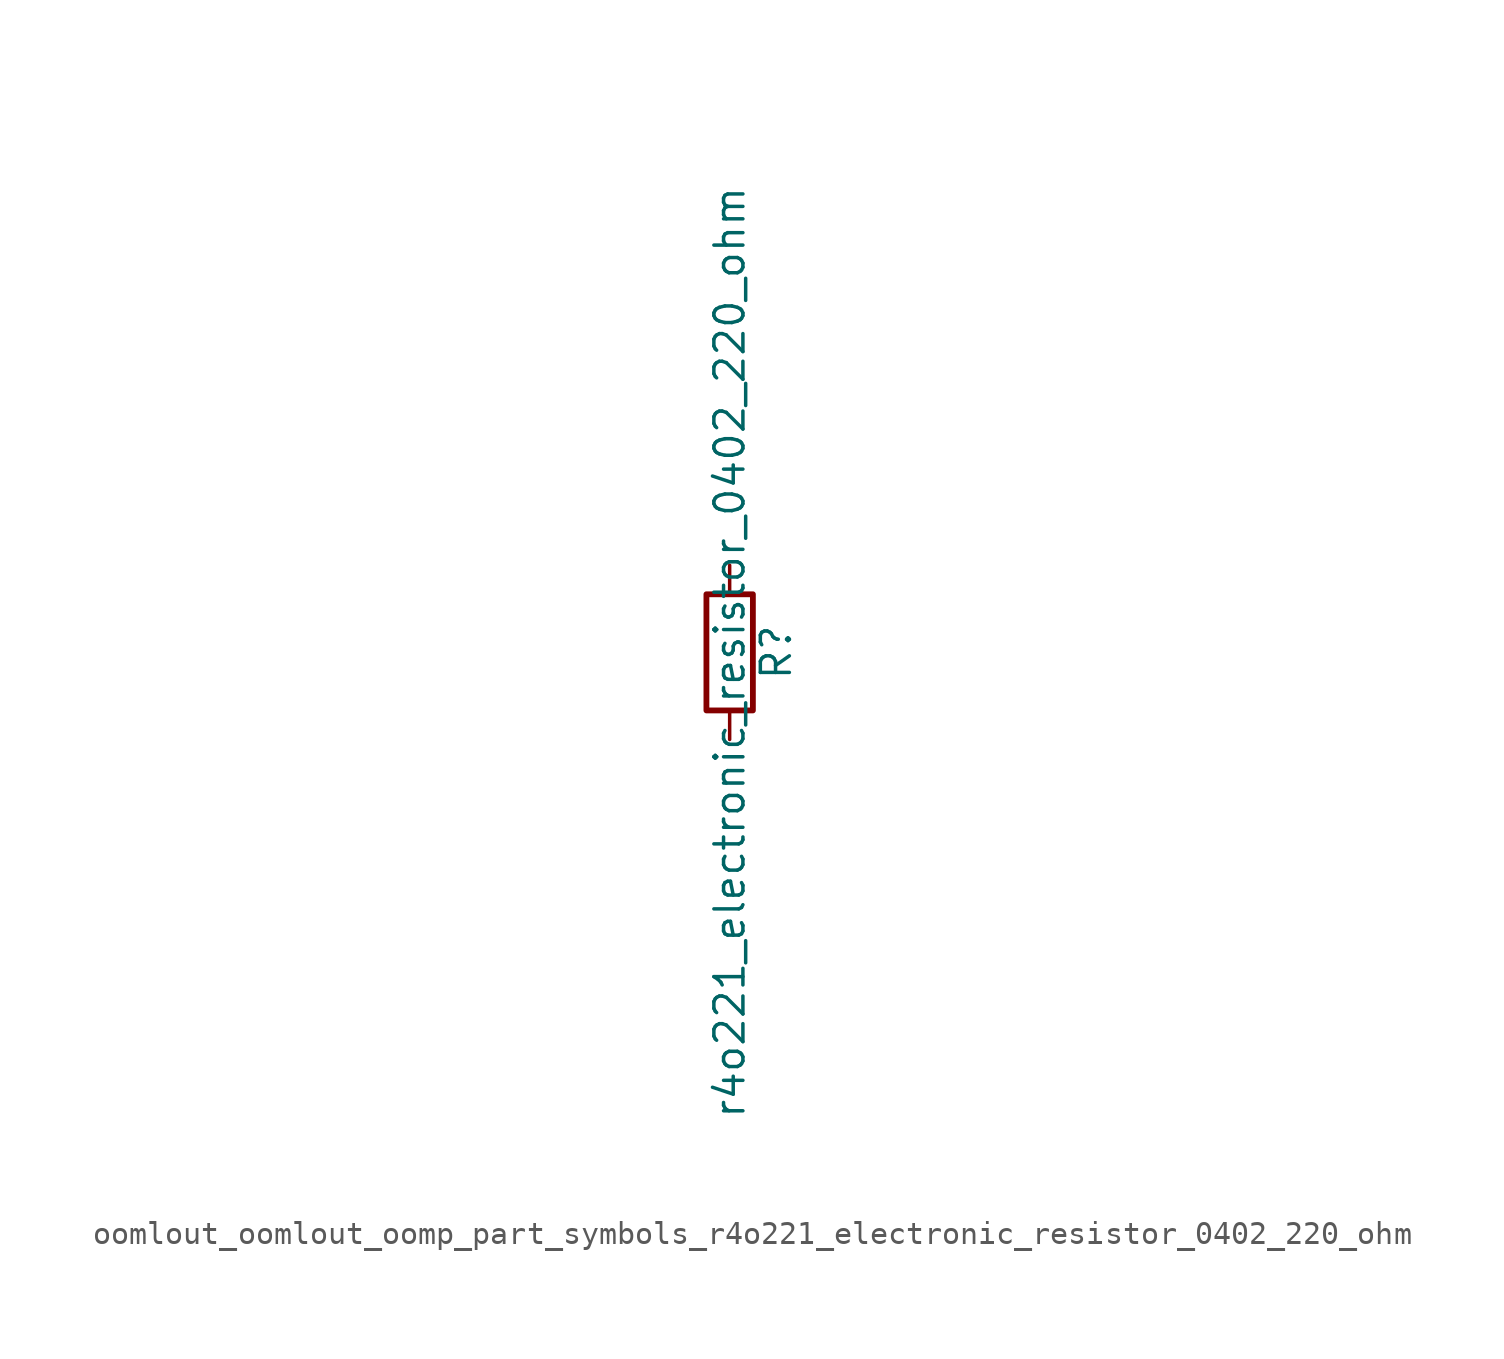
<source format=kicad_sym>
(kicad_symbol_lib
  (version 20220914)
  (generator kicad_symbol_editor)
  (symbol "oomlout_oomlout_oomp_part_symbols_r4o221_electronic_resistor_0402_220_ohm"
    (pin_numbers hide)
    (pin_names
      (offset 0))
    (property "Reference" "R"
      (at 2.032 0 90)
      (effects (font (size 1.27 1.27))))
    (property "Value" "r4o221_electronic_resistor_0402_220_ohm"
      (at 0 0 90)
      (effects (font (size 1.27 1.27))))
    (symbol "oomlout_oomlout_oomp_part_symbols_r4o221_electronic_resistor_0402_220_ohm_0_1"
      (rectangle (start -1.016 -2.54) (end 1.016 2.54) (stroke (width 0.254) (type default)) (fill (type none))))
    (symbol "oomlout_oomlout_oomp_part_symbols_r4o221_electronic_resistor_0402_220_ohm_1_1"
      (pin passive line (at 0 3.81 270) (length 1.27) (name "~" (effects (font (size 1.27 1.27)))) (number "1" (effects (font (size 1.27 1.27)))))
      (pin passive line (at 0 -3.81 90) (length 1.27) (name "~" (effects (font (size 1.27 1.27)))) (number "2" (effects (font (size 1.27 1.27))))))))
</source>
